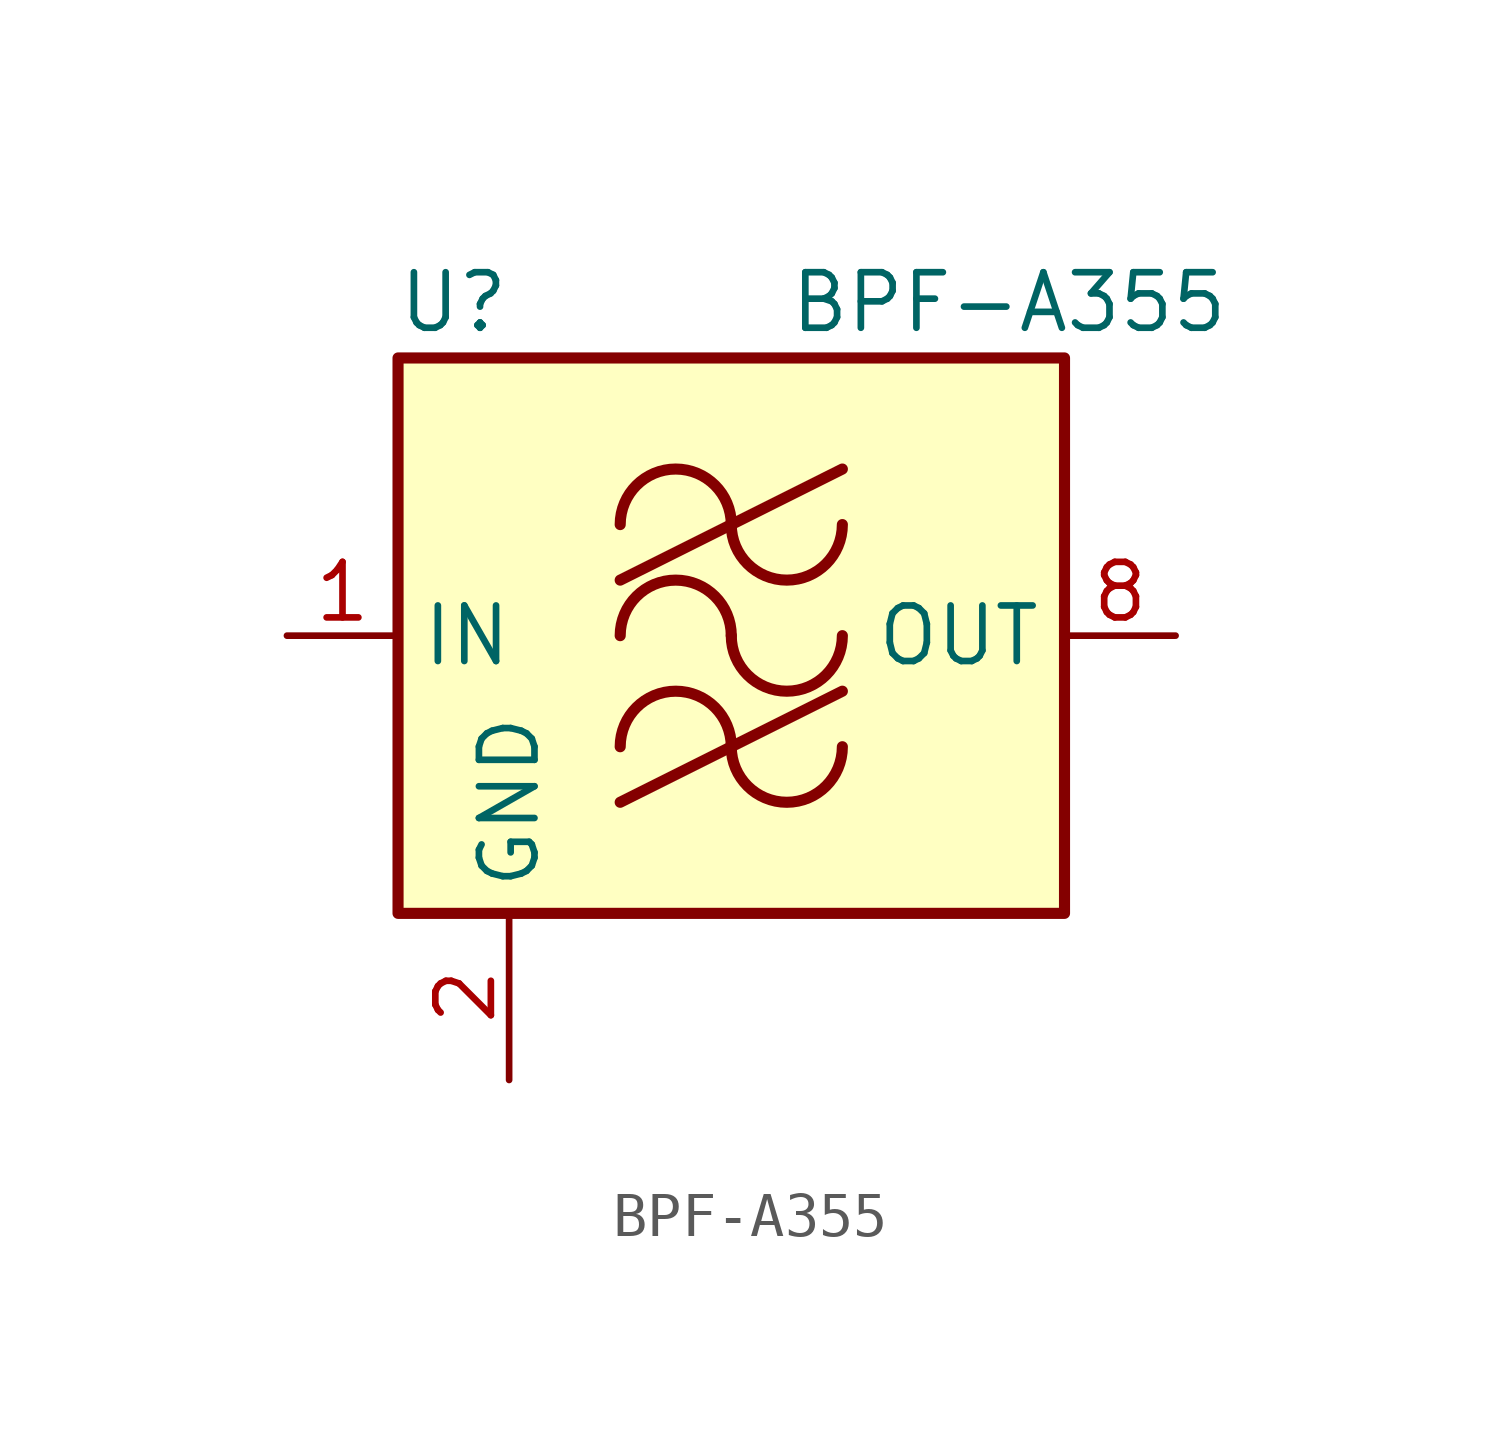
<source format=kicad_sym>
(kicad_symbol_lib
  (version 20201005)
  (generator kicad_symbol_editor)
  (symbol "BPF-A355"
    (property "Reference" "U"
      (at -6.35 7.62 0)
      (effects (font (size 1.27 1.27))))
    (property "Value" "BPF-A355"
      (at 6.35 7.62 0)
      (effects (font (size 1.27 1.27))))
    (symbol "BPF-A355_0_1"
      (arc (start 0 -2.54) (end -2.54 -2.54) (radius (at -1.27 -2.54) (length 1.27) (angles 0.1 179.9)) (stroke (width 0.254)) (fill (type none)))
      (arc (start 0 0) (end -2.54 0) (radius (at -1.27 0) (length 1.27) (angles 0.1 179.9)) (stroke (width 0.254)) (fill (type none)))
      (arc (start 0 2.54) (end -2.54 2.54) (radius (at -1.27 2.54) (length 1.27) (angles 0.1 179.9)) (stroke (width 0.254)) (fill (type none)))
      (arc (start 0 -2.54) (end 2.54 -2.54) (radius (at 1.27 -2.54) (length 1.27) (angles -179.9 -0.1)) (stroke (width 0.254)) (fill (type none)))
      (arc (start 0 0) (end 2.54 0) (radius (at 1.27 0) (length 1.27) (angles -179.9 -0.1)) (stroke (width 0.254)) (fill (type none)))
      (arc (start 0 2.54) (end 2.54 2.54) (radius (at 1.27 2.54) (length 1.27) (angles -179.9 -0.1)) (stroke (width 0.254)) (fill (type none)))
      (rectangle (start -7.62 6.35) (end 7.62 -6.35) (stroke (width 0.254)) (fill (type background)))
      (polyline (pts (xy -2.54 -3.81) (xy 2.54 -1.27)) (stroke (width 0.254)) (fill (type none)))
      (polyline (pts (xy -2.54 1.27) (xy 2.54 3.81)) (stroke (width 0.254)) (fill (type none))))
    (symbol "BPF-A355_1_1"
      (pin input line (at -10.16 0 0) (length 2.54) (name "IN" (effects (font (size 1.27 1.27)))) (number "1" (effects (font (size 1.27 1.27)))))
      (pin passive line (at -5.08 -10.16 90) (length 3.81) hide (name "GND" (effects (font (size 1.27 1.27)))) (number "10" (effects (font (size 1.27 1.27)))))
      (pin passive line (at -5.08 -10.16 90) (length 3.81) hide (name "GND" (effects (font (size 1.27 1.27)))) (number "11" (effects (font (size 1.27 1.27)))))
      (pin passive line (at -5.08 -10.16 90) (length 3.81) hide (name "GND" (effects (font (size 1.27 1.27)))) (number "12" (effects (font (size 1.27 1.27)))))
      (pin passive line (at -5.08 -10.16 90) (length 3.81) hide (name "GND" (effects (font (size 1.27 1.27)))) (number "13" (effects (font (size 1.27 1.27)))))
      (pin passive line (at -5.08 -10.16 90) (length 3.81) hide (name "GND" (effects (font (size 1.27 1.27)))) (number "14" (effects (font (size 1.27 1.27)))))
      (pin power_in line (at -5.08 -10.16 90) (length 3.81) (name "GND" (effects (font (size 1.27 1.27)))) (number "2" (effects (font (size 1.27 1.27)))))
      (pin passive line (at -5.08 -10.16 90) (length 3.81) hide (name "GND" (effects (font (size 1.27 1.27)))) (number "3" (effects (font (size 1.27 1.27)))))
      (pin passive line (at -5.08 -10.16 90) (length 3.81) hide (name "GND" (effects (font (size 1.27 1.27)))) (number "4" (effects (font (size 1.27 1.27)))))
      (pin passive line (at -5.08 -10.16 90) (length 3.81) hide (name "GND" (effects (font (size 1.27 1.27)))) (number "5" (effects (font (size 1.27 1.27)))))
      (pin passive line (at -5.08 -10.16 90) (length 3.81) hide (name "GND" (effects (font (size 1.27 1.27)))) (number "6" (effects (font (size 1.27 1.27)))))
      (pin passive line (at -5.08 -10.16 90) (length 3.81) hide (name "GND" (effects (font (size 1.27 1.27)))) (number "7" (effects (font (size 1.27 1.27)))))
      (pin output line (at 10.16 0 180) (length 2.54) (name "OUT" (effects (font (size 1.27 1.27)))) (number "8" (effects (font (size 1.27 1.27)))))
      (pin passive line (at -5.08 -10.16 90) (length 3.81) hide (name "GND" (effects (font (size 1.27 1.27)))) (number "9" (effects (font (size 1.27 1.27))))))))
</source>
